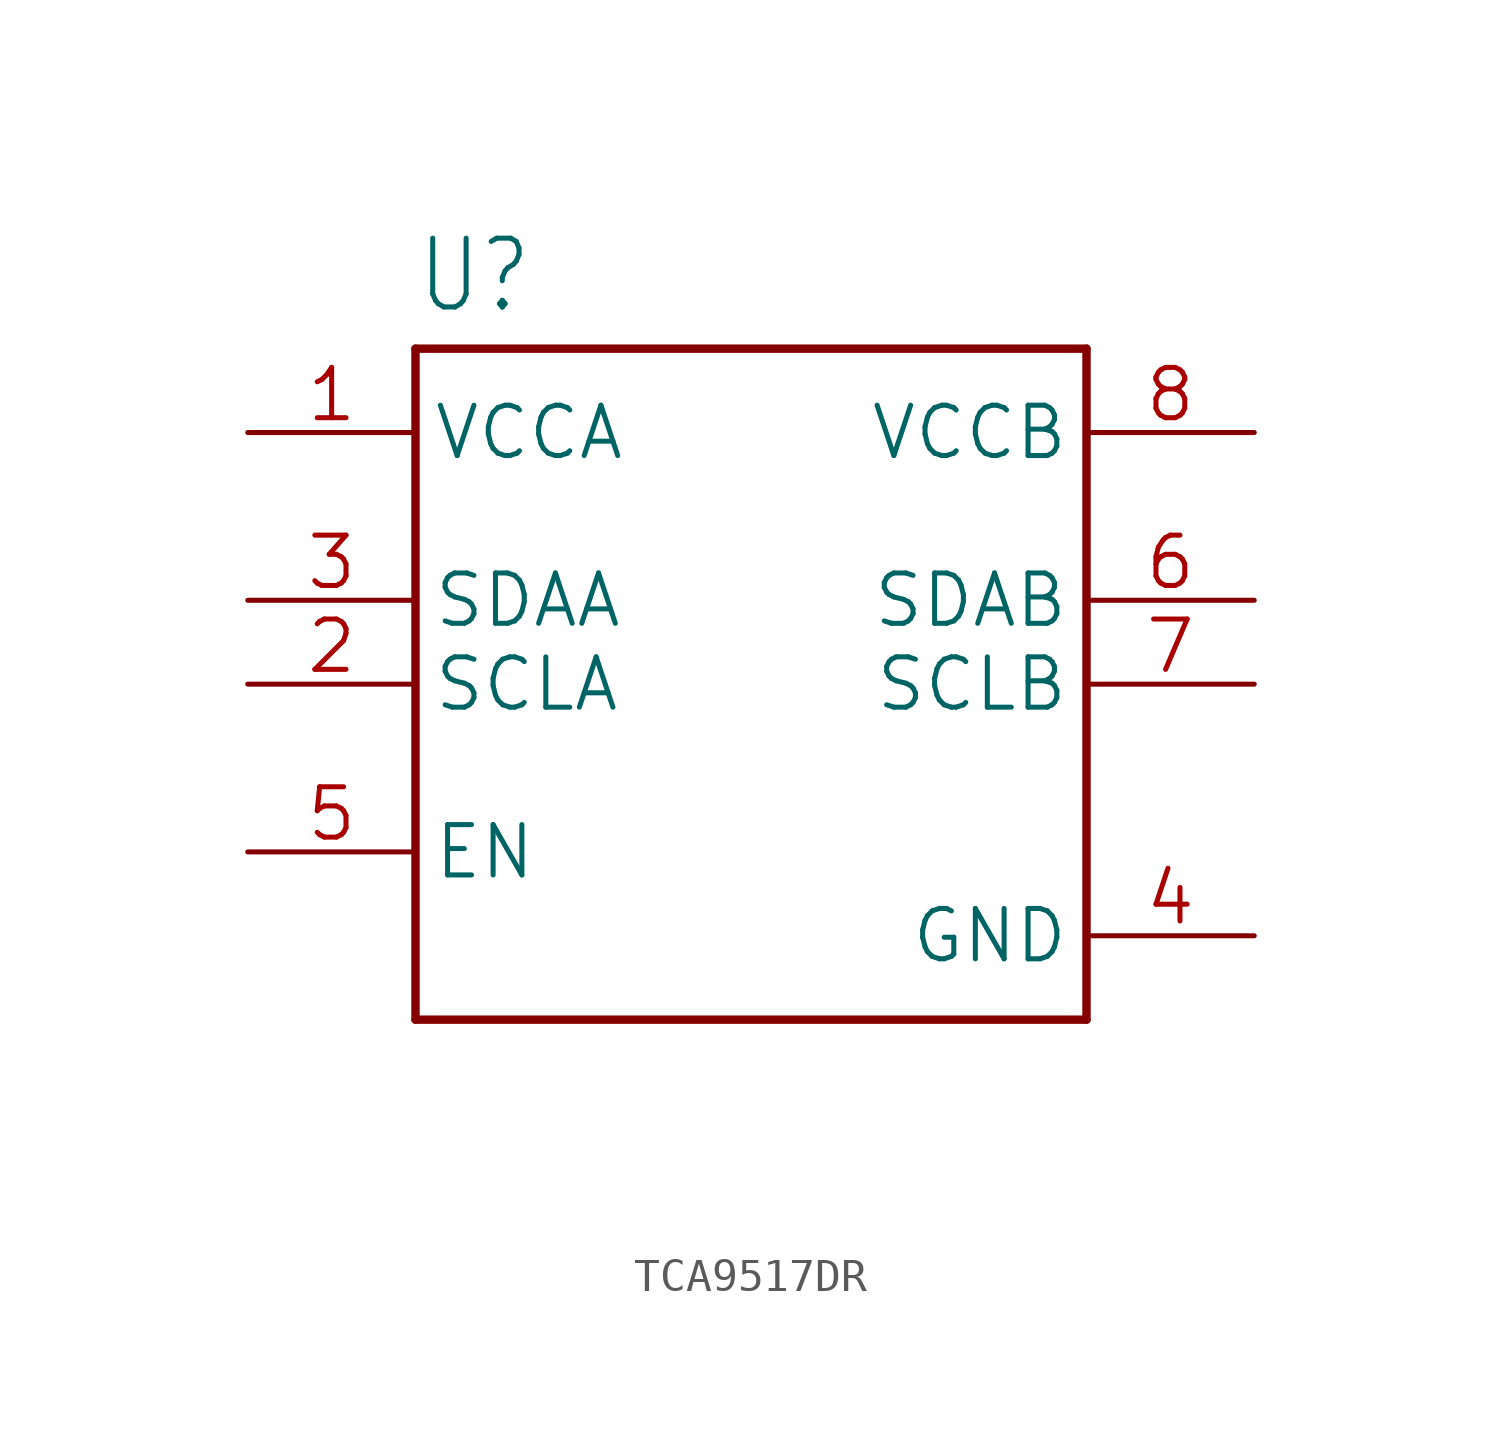
<source format=kicad_sym>
(kicad_symbol_lib
  (version 20241209)
  (generator "kicad_symbol_editor")
  (generator_version "9.0")
  (symbol "TCA9517DR"
    (property "Reference" "U"
      (at -10.16 11.16 0)
      (effects (font (size 2.083 1.77)) (justify left bottom)))
    (property "Value" ""
      (at -10.16 -14.16 0)
      (effects (font (size 2.083 1.77)) (justify left bottom)))
    (property "ki_locked" ""
      (at 0 0 0)
      (effects (font (size 1.27 1.27))))
    (symbol "TCA9517DR_1_0"
      (polyline (pts (xy -10.16 10.16) (xy 10.16 10.16)) (stroke (width 0.254) (type solid)) (fill (type none)))
      (polyline (pts (xy -10.16 -10.16) (xy -10.16 10.16)) (stroke (width 0.254) (type solid)) (fill (type none)))
      (polyline (pts (xy 10.16 10.16) (xy 10.16 -10.16)) (stroke (width 0.254) (type solid)) (fill (type none)))
      (polyline (pts (xy 10.16 -10.16) (xy -10.16 -10.16)) (stroke (width 0.254) (type solid)) (fill (type none)))
      (pin power_in line (at -15.24 7.62 0) (length 5.08) (name "VCCA" (effects (font (size 1.524 1.524)))) (number "1" (effects (font (size 1.524 1.524)))))
      (pin bidirectional line (at -15.24 2.54 0) (length 5.08) (name "SDAA" (effects (font (size 1.524 1.524)))) (number "3" (effects (font (size 1.524 1.524)))))
      (pin bidirectional line (at -15.24 0 0) (length 5.08) (name "SCLA" (effects (font (size 1.524 1.524)))) (number "2" (effects (font (size 1.524 1.524)))))
      (pin input line (at -15.24 -5.08 0) (length 5.08) (name "EN" (effects (font (size 1.524 1.524)))) (number "5" (effects (font (size 1.524 1.524)))))
      (pin power_in line (at 15.24 7.62 180) (length 5.08) (name "VCCB" (effects (font (size 1.524 1.524)))) (number "8" (effects (font (size 1.524 1.524)))))
      (pin bidirectional line (at 15.24 2.54 180) (length 5.08) (name "SDAB" (effects (font (size 1.524 1.524)))) (number "6" (effects (font (size 1.524 1.524)))))
      (pin bidirectional line (at 15.24 0 180) (length 5.08) (name "SCLB" (effects (font (size 1.524 1.524)))) (number "7" (effects (font (size 1.524 1.524)))))
      (pin power_in line (at 15.24 -7.62 180) (length 5.08) (name "GND" (effects (font (size 1.524 1.524)))) (number "4" (effects (font (size 1.524 1.524))))))))
</source>
